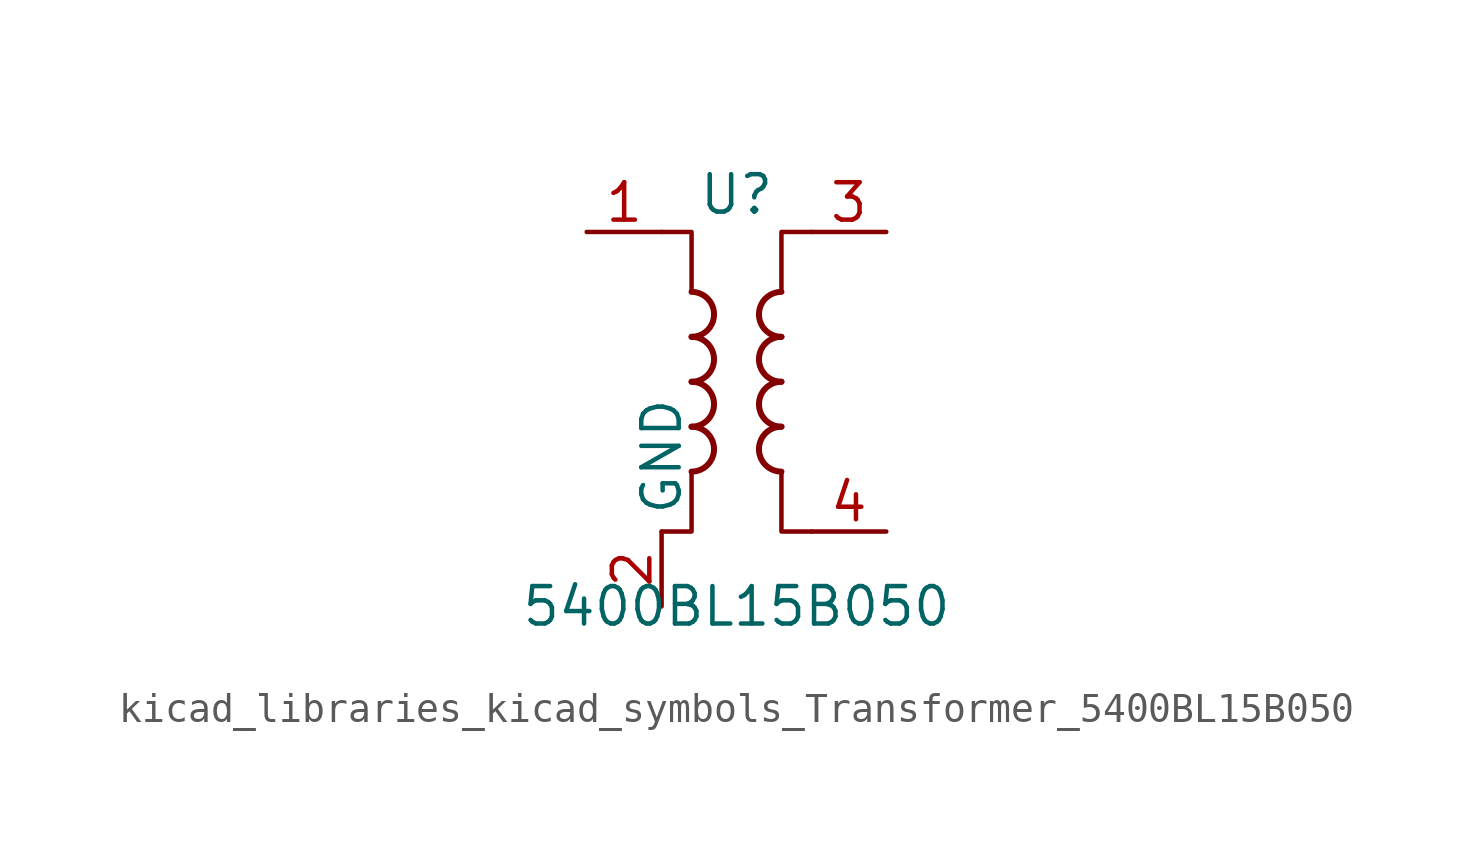
<source format=kicad_sym>
(kicad_symbol_lib
  (version 20220914)
  (generator kicad_symbol_editor)
  (symbol "kicad_libraries_kicad_symbols_Transformer_5400BL15B050"
    (property "Reference" "U"
      (at 0 6.35 0)
      (effects (font (size 1.27 1.27))))
    (property "Value" "5400BL15B050"
      (at 0 -7.62 0)
      (effects (font (size 1.27 1.27))))
    (symbol "kicad_libraries_kicad_symbols_Transformer_5400BL15B050_1_1"
      (arc (start -1.524 -3.048) (mid -0.7653 -2.286) (end -1.524 -1.524) (stroke (width 0.2032) (type default)) (fill (type none)))
      (arc (start -1.524 -1.524) (mid -0.7653 -0.762) (end -1.524 0) (stroke (width 0.2032) (type default)) (fill (type none)))
      (arc (start -1.524 0) (mid -0.7653 0.762) (end -1.524 1.524) (stroke (width 0.2032) (type default)) (fill (type none)))
      (arc (start -1.524 1.524) (mid -0.7653 2.286) (end -1.524 3.048) (stroke (width 0.2032) (type default)) (fill (type none)))
      (polyline (pts (xy -2.54 5.08) (xy -1.524 5.08) (xy -1.524 3.048)) (stroke (width 0.152) (type default)) (fill (type none)))
      (polyline (pts (xy -1.524 -3.048) (xy -1.524 -5.08) (xy -2.54 -5.08)) (stroke (width 0.152) (type default)) (fill (type none)))
      (polyline (pts (xy 1.524 3.048) (xy 1.524 5.08) (xy 2.54 5.08)) (stroke (width 0.152) (type default)) (fill (type none)))
      (polyline (pts (xy 2.54 -5.08) (xy 1.524 -5.08) (xy 1.524 -3.048)) (stroke (width 0.152) (type default)) (fill (type none)))
      (arc (start 1.524 -1.524) (mid 0.7653 -2.286) (end 1.524 -3.048) (stroke (width 0.2032) (type default)) (fill (type none)))
      (arc (start 1.524 0) (mid 0.7653 -0.762) (end 1.524 -1.524) (stroke (width 0.2032) (type default)) (fill (type none)))
      (arc (start 1.524 1.524) (mid 0.7653 0.762) (end 1.524 0) (stroke (width 0.2032) (type default)) (fill (type none)))
      (arc (start 1.524 3.048) (mid 0.7653 2.286) (end 1.524 1.524) (stroke (width 0.2032) (type default)) (fill (type none)))
      (pin passive line (at -5.08 5.08 0) (length 2.54) (name "~" (effects (font (size 1.27 1.27)))) (number "1" (effects (font (size 1.27 1.27)))))
      (pin power_in line (at -2.54 -7.62 90) (length 2.54) (name "GND" (effects (font (size 1.27 1.27)))) (number "2" (effects (font (size 1.27 1.27)))))
      (pin passive line (at 5.08 5.08 180) (length 2.54) (name "~" (effects (font (size 1.27 1.27)))) (number "3" (effects (font (size 1.27 1.27)))))
      (pin passive line (at 5.08 -5.08 180) (length 2.54) (name "~" (effects (font (size 1.27 1.27)))) (number "4" (effects (font (size 1.27 1.27)))))
      (pin passive line (at -2.54 -7.62 90) (length 2.54) hide (name "GND" (effects (font (size 1.27 1.27)))) (number "5" (effects (font (size 1.27 1.27)))))
      (pin no_connect line (at 2.54 0 180) (length 2.54) hide (name "NC" (effects (font (size 1.27 1.27)))) (number "6" (effects (font (size 1.27 1.27))))))))
</source>
